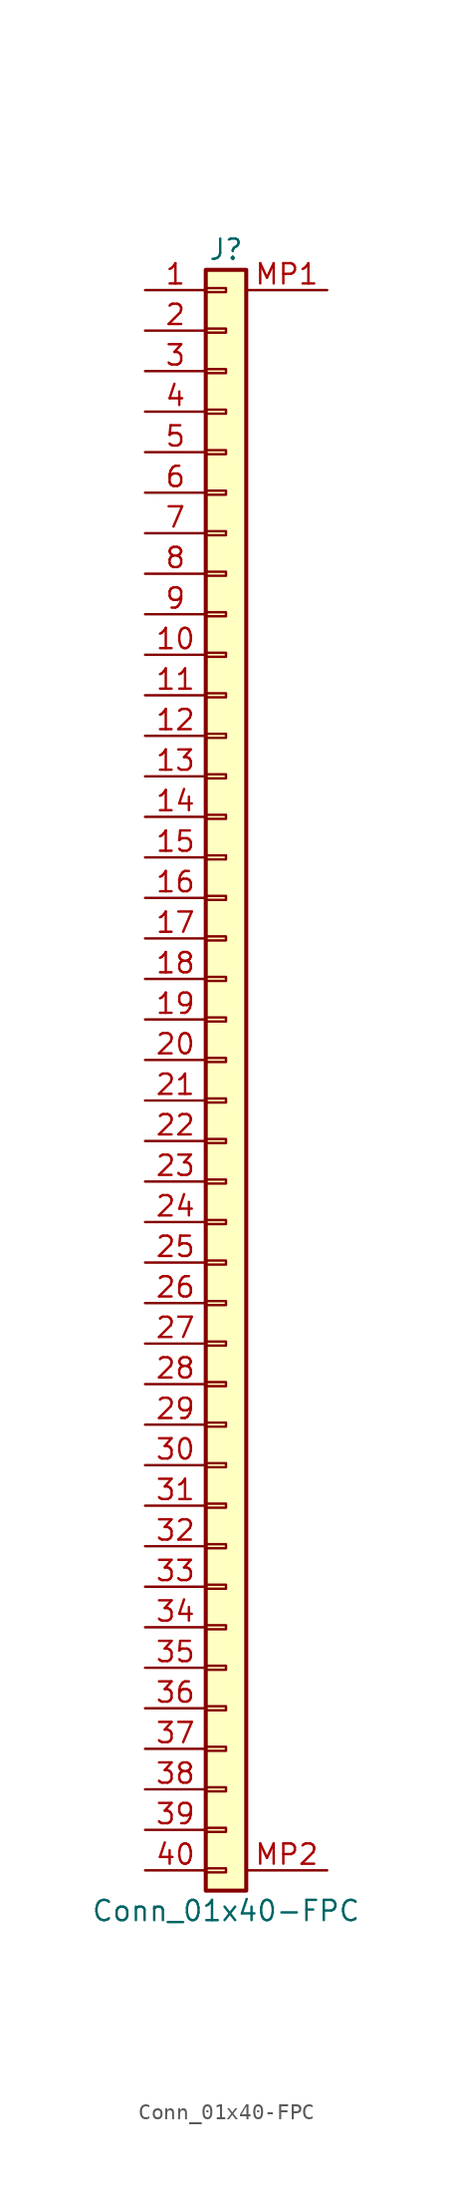
<source format=kicad_sym>
(kicad_symbol_lib
  (version 20211014)
  (generator kicad_symbol_editor)
  (symbol "Conn_01x40-FPC"
    (pin_names
      (offset 1.016) hide)
    (property "Reference" "J"
      (at 0 50.8 0)
      (effects (font (size 1.27 1.27))))
    (property "Value" "Conn_01x40-FPC"
      (at 0 -53.34 0)
      (effects (font (size 1.27 1.27))))
    (symbol "Conn_01x40-FPC_1_1"
      (rectangle (start -1.27 -50.673) (end 0 -50.927) (stroke (width 0.152) (type default) (color 0 0 0 0)) (fill (type none)))
      (rectangle (start -1.27 -48.133) (end 0 -48.387) (stroke (width 0.152) (type default) (color 0 0 0 0)) (fill (type none)))
      (rectangle (start -1.27 -45.593) (end 0 -45.847) (stroke (width 0.152) (type default) (color 0 0 0 0)) (fill (type none)))
      (rectangle (start -1.27 -43.053) (end 0 -43.307) (stroke (width 0.152) (type default) (color 0 0 0 0)) (fill (type none)))
      (rectangle (start -1.27 -40.513) (end 0 -40.767) (stroke (width 0.152) (type default) (color 0 0 0 0)) (fill (type none)))
      (rectangle (start -1.27 -37.973) (end 0 -38.227) (stroke (width 0.152) (type default) (color 0 0 0 0)) (fill (type none)))
      (rectangle (start -1.27 -35.433) (end 0 -35.687) (stroke (width 0.152) (type default) (color 0 0 0 0)) (fill (type none)))
      (rectangle (start -1.27 -32.893) (end 0 -33.147) (stroke (width 0.152) (type default) (color 0 0 0 0)) (fill (type none)))
      (rectangle (start -1.27 -30.353) (end 0 -30.607) (stroke (width 0.152) (type default) (color 0 0 0 0)) (fill (type none)))
      (rectangle (start -1.27 -27.813) (end 0 -28.067) (stroke (width 0.152) (type default) (color 0 0 0 0)) (fill (type none)))
      (rectangle (start -1.27 -25.273) (end 0 -25.527) (stroke (width 0.152) (type default) (color 0 0 0 0)) (fill (type none)))
      (rectangle (start -1.27 -22.733) (end 0 -22.987) (stroke (width 0.152) (type default) (color 0 0 0 0)) (fill (type none)))
      (rectangle (start -1.27 -20.193) (end 0 -20.447) (stroke (width 0.152) (type default) (color 0 0 0 0)) (fill (type none)))
      (rectangle (start -1.27 -17.653) (end 0 -17.907) (stroke (width 0.152) (type default) (color 0 0 0 0)) (fill (type none)))
      (rectangle (start -1.27 -15.113) (end 0 -15.367) (stroke (width 0.152) (type default) (color 0 0 0 0)) (fill (type none)))
      (rectangle (start -1.27 -12.573) (end 0 -12.827) (stroke (width 0.152) (type default) (color 0 0 0 0)) (fill (type none)))
      (rectangle (start -1.27 -10.033) (end 0 -10.287) (stroke (width 0.152) (type default) (color 0 0 0 0)) (fill (type none)))
      (rectangle (start -1.27 -7.493) (end 0 -7.747) (stroke (width 0.152) (type default) (color 0 0 0 0)) (fill (type none)))
      (rectangle (start -1.27 -4.953) (end 0 -5.207) (stroke (width 0.152) (type default) (color 0 0 0 0)) (fill (type none)))
      (rectangle (start -1.27 -2.413) (end 0 -2.667) (stroke (width 0.152) (type default) (color 0 0 0 0)) (fill (type none)))
      (rectangle (start -1.27 0.127) (end 0 -0.127) (stroke (width 0.152) (type default) (color 0 0 0 0)) (fill (type none)))
      (rectangle (start -1.27 2.667) (end 0 2.413) (stroke (width 0.152) (type default) (color 0 0 0 0)) (fill (type none)))
      (rectangle (start -1.27 5.207) (end 0 4.953) (stroke (width 0.152) (type default) (color 0 0 0 0)) (fill (type none)))
      (rectangle (start -1.27 7.747) (end 0 7.493) (stroke (width 0.152) (type default) (color 0 0 0 0)) (fill (type none)))
      (rectangle (start -1.27 10.287) (end 0 10.033) (stroke (width 0.152) (type default) (color 0 0 0 0)) (fill (type none)))
      (rectangle (start -1.27 12.827) (end 0 12.573) (stroke (width 0.152) (type default) (color 0 0 0 0)) (fill (type none)))
      (rectangle (start -1.27 15.367) (end 0 15.113) (stroke (width 0.152) (type default) (color 0 0 0 0)) (fill (type none)))
      (rectangle (start -1.27 17.907) (end 0 17.653) (stroke (width 0.152) (type default) (color 0 0 0 0)) (fill (type none)))
      (rectangle (start -1.27 20.447) (end 0 20.193) (stroke (width 0.152) (type default) (color 0 0 0 0)) (fill (type none)))
      (rectangle (start -1.27 22.987) (end 0 22.733) (stroke (width 0.152) (type default) (color 0 0 0 0)) (fill (type none)))
      (rectangle (start -1.27 25.527) (end 0 25.273) (stroke (width 0.152) (type default) (color 0 0 0 0)) (fill (type none)))
      (rectangle (start -1.27 28.067) (end 0 27.813) (stroke (width 0.152) (type default) (color 0 0 0 0)) (fill (type none)))
      (rectangle (start -1.27 30.607) (end 0 30.353) (stroke (width 0.152) (type default) (color 0 0 0 0)) (fill (type none)))
      (rectangle (start -1.27 33.147) (end 0 32.893) (stroke (width 0.152) (type default) (color 0 0 0 0)) (fill (type none)))
      (rectangle (start -1.27 35.687) (end 0 35.433) (stroke (width 0.152) (type default) (color 0 0 0 0)) (fill (type none)))
      (rectangle (start -1.27 38.227) (end 0 37.973) (stroke (width 0.152) (type default) (color 0 0 0 0)) (fill (type none)))
      (rectangle (start -1.27 40.767) (end 0 40.513) (stroke (width 0.152) (type default) (color 0 0 0 0)) (fill (type none)))
      (rectangle (start -1.27 43.307) (end 0 43.053) (stroke (width 0.152) (type default) (color 0 0 0 0)) (fill (type none)))
      (rectangle (start -1.27 45.847) (end 0 45.593) (stroke (width 0.152) (type default) (color 0 0 0 0)) (fill (type none)))
      (rectangle (start -1.27 48.387) (end 0 48.133) (stroke (width 0.152) (type default) (color 0 0 0 0)) (fill (type none)))
      (rectangle (start -1.27 49.53) (end 1.27 -52.07) (stroke (width 0.254) (type default) (color 0 0 0 0)) (fill (type background)))
      (pin passive line (at -5.08 48.26 0) (length 3.81) (name "Pin_1" (effects (font (size 1.27 1.27)))) (number "1" (effects (font (size 1.27 1.27)))))
      (pin passive line (at -5.08 25.4 0) (length 3.81) (name "Pin_10" (effects (font (size 1.27 1.27)))) (number "10" (effects (font (size 1.27 1.27)))))
      (pin passive line (at -5.08 22.86 0) (length 3.81) (name "Pin_11" (effects (font (size 1.27 1.27)))) (number "11" (effects (font (size 1.27 1.27)))))
      (pin passive line (at -5.08 20.32 0) (length 3.81) (name "Pin_12" (effects (font (size 1.27 1.27)))) (number "12" (effects (font (size 1.27 1.27)))))
      (pin passive line (at -5.08 17.78 0) (length 3.81) (name "Pin_13" (effects (font (size 1.27 1.27)))) (number "13" (effects (font (size 1.27 1.27)))))
      (pin passive line (at -5.08 15.24 0) (length 3.81) (name "Pin_14" (effects (font (size 1.27 1.27)))) (number "14" (effects (font (size 1.27 1.27)))))
      (pin passive line (at -5.08 12.7 0) (length 3.81) (name "Pin_15" (effects (font (size 1.27 1.27)))) (number "15" (effects (font (size 1.27 1.27)))))
      (pin passive line (at -5.08 10.16 0) (length 3.81) (name "Pin_16" (effects (font (size 1.27 1.27)))) (number "16" (effects (font (size 1.27 1.27)))))
      (pin passive line (at -5.08 7.62 0) (length 3.81) (name "Pin_17" (effects (font (size 1.27 1.27)))) (number "17" (effects (font (size 1.27 1.27)))))
      (pin passive line (at -5.08 5.08 0) (length 3.81) (name "Pin_18" (effects (font (size 1.27 1.27)))) (number "18" (effects (font (size 1.27 1.27)))))
      (pin passive line (at -5.08 2.54 0) (length 3.81) (name "Pin_19" (effects (font (size 1.27 1.27)))) (number "19" (effects (font (size 1.27 1.27)))))
      (pin passive line (at -5.08 45.72 0) (length 3.81) (name "Pin_2" (effects (font (size 1.27 1.27)))) (number "2" (effects (font (size 1.27 1.27)))))
      (pin passive line (at -5.08 0 0) (length 3.81) (name "Pin_20" (effects (font (size 1.27 1.27)))) (number "20" (effects (font (size 1.27 1.27)))))
      (pin passive line (at -5.08 -2.54 0) (length 3.81) (name "Pin_21" (effects (font (size 1.27 1.27)))) (number "21" (effects (font (size 1.27 1.27)))))
      (pin passive line (at -5.08 -5.08 0) (length 3.81) (name "Pin_22" (effects (font (size 1.27 1.27)))) (number "22" (effects (font (size 1.27 1.27)))))
      (pin passive line (at -5.08 -7.62 0) (length 3.81) (name "Pin_23" (effects (font (size 1.27 1.27)))) (number "23" (effects (font (size 1.27 1.27)))))
      (pin passive line (at -5.08 -10.16 0) (length 3.81) (name "Pin_24" (effects (font (size 1.27 1.27)))) (number "24" (effects (font (size 1.27 1.27)))))
      (pin passive line (at -5.08 -12.7 0) (length 3.81) (name "Pin_25" (effects (font (size 1.27 1.27)))) (number "25" (effects (font (size 1.27 1.27)))))
      (pin passive line (at -5.08 -15.24 0) (length 3.81) (name "Pin_26" (effects (font (size 1.27 1.27)))) (number "26" (effects (font (size 1.27 1.27)))))
      (pin passive line (at -5.08 -17.78 0) (length 3.81) (name "Pin_27" (effects (font (size 1.27 1.27)))) (number "27" (effects (font (size 1.27 1.27)))))
      (pin passive line (at -5.08 -20.32 0) (length 3.81) (name "Pin_28" (effects (font (size 1.27 1.27)))) (number "28" (effects (font (size 1.27 1.27)))))
      (pin passive line (at -5.08 -22.86 0) (length 3.81) (name "Pin_29" (effects (font (size 1.27 1.27)))) (number "29" (effects (font (size 1.27 1.27)))))
      (pin passive line (at -5.08 43.18 0) (length 3.81) (name "Pin_3" (effects (font (size 1.27 1.27)))) (number "3" (effects (font (size 1.27 1.27)))))
      (pin passive line (at -5.08 -25.4 0) (length 3.81) (name "Pin_30" (effects (font (size 1.27 1.27)))) (number "30" (effects (font (size 1.27 1.27)))))
      (pin passive line (at -5.08 -27.94 0) (length 3.81) (name "Pin_31" (effects (font (size 1.27 1.27)))) (number "31" (effects (font (size 1.27 1.27)))))
      (pin passive line (at -5.08 -30.48 0) (length 3.81) (name "Pin_32" (effects (font (size 1.27 1.27)))) (number "32" (effects (font (size 1.27 1.27)))))
      (pin passive line (at -5.08 -33.02 0) (length 3.81) (name "Pin_33" (effects (font (size 1.27 1.27)))) (number "33" (effects (font (size 1.27 1.27)))))
      (pin passive line (at -5.08 -35.56 0) (length 3.81) (name "Pin_34" (effects (font (size 1.27 1.27)))) (number "34" (effects (font (size 1.27 1.27)))))
      (pin passive line (at -5.08 -38.1 0) (length 3.81) (name "Pin_35" (effects (font (size 1.27 1.27)))) (number "35" (effects (font (size 1.27 1.27)))))
      (pin passive line (at -5.08 -40.64 0) (length 3.81) (name "Pin_36" (effects (font (size 1.27 1.27)))) (number "36" (effects (font (size 1.27 1.27)))))
      (pin passive line (at -5.08 -43.18 0) (length 3.81) (name "Pin_37" (effects (font (size 1.27 1.27)))) (number "37" (effects (font (size 1.27 1.27)))))
      (pin passive line (at -5.08 -45.72 0) (length 3.81) (name "Pin_38" (effects (font (size 1.27 1.27)))) (number "38" (effects (font (size 1.27 1.27)))))
      (pin passive line (at -5.08 -48.26 0) (length 3.81) (name "Pin_39" (effects (font (size 1.27 1.27)))) (number "39" (effects (font (size 1.27 1.27)))))
      (pin passive line (at -5.08 40.64 0) (length 3.81) (name "Pin_4" (effects (font (size 1.27 1.27)))) (number "4" (effects (font (size 1.27 1.27)))))
      (pin passive line (at -5.08 -50.8 0) (length 3.81) (name "Pin_40" (effects (font (size 1.27 1.27)))) (number "40" (effects (font (size 1.27 1.27)))))
      (pin passive line (at -5.08 38.1 0) (length 3.81) (name "Pin_5" (effects (font (size 1.27 1.27)))) (number "5" (effects (font (size 1.27 1.27)))))
      (pin passive line (at -5.08 35.56 0) (length 3.81) (name "Pin_6" (effects (font (size 1.27 1.27)))) (number "6" (effects (font (size 1.27 1.27)))))
      (pin passive line (at -5.08 33.02 0) (length 3.81) (name "Pin_7" (effects (font (size 1.27 1.27)))) (number "7" (effects (font (size 1.27 1.27)))))
      (pin passive line (at -5.08 30.48 0) (length 3.81) (name "Pin_8" (effects (font (size 1.27 1.27)))) (number "8" (effects (font (size 1.27 1.27)))))
      (pin passive line (at -5.08 27.94 0) (length 3.81) (name "Pin_9" (effects (font (size 1.27 1.27)))) (number "9" (effects (font (size 1.27 1.27)))))
      (pin passive line (at 6.35 48.26 180) (length 5.08) (name "MP1" (effects (font (size 1.27 1.27)))) (number "MP1" (effects (font (size 1.27 1.27)))))
      (pin passive line (at 6.35 -50.8 180) (length 5.08) (name "MP2" (effects (font (size 1.27 1.27)))) (number "MP2" (effects (font (size 1.27 1.27))))))))
</source>
